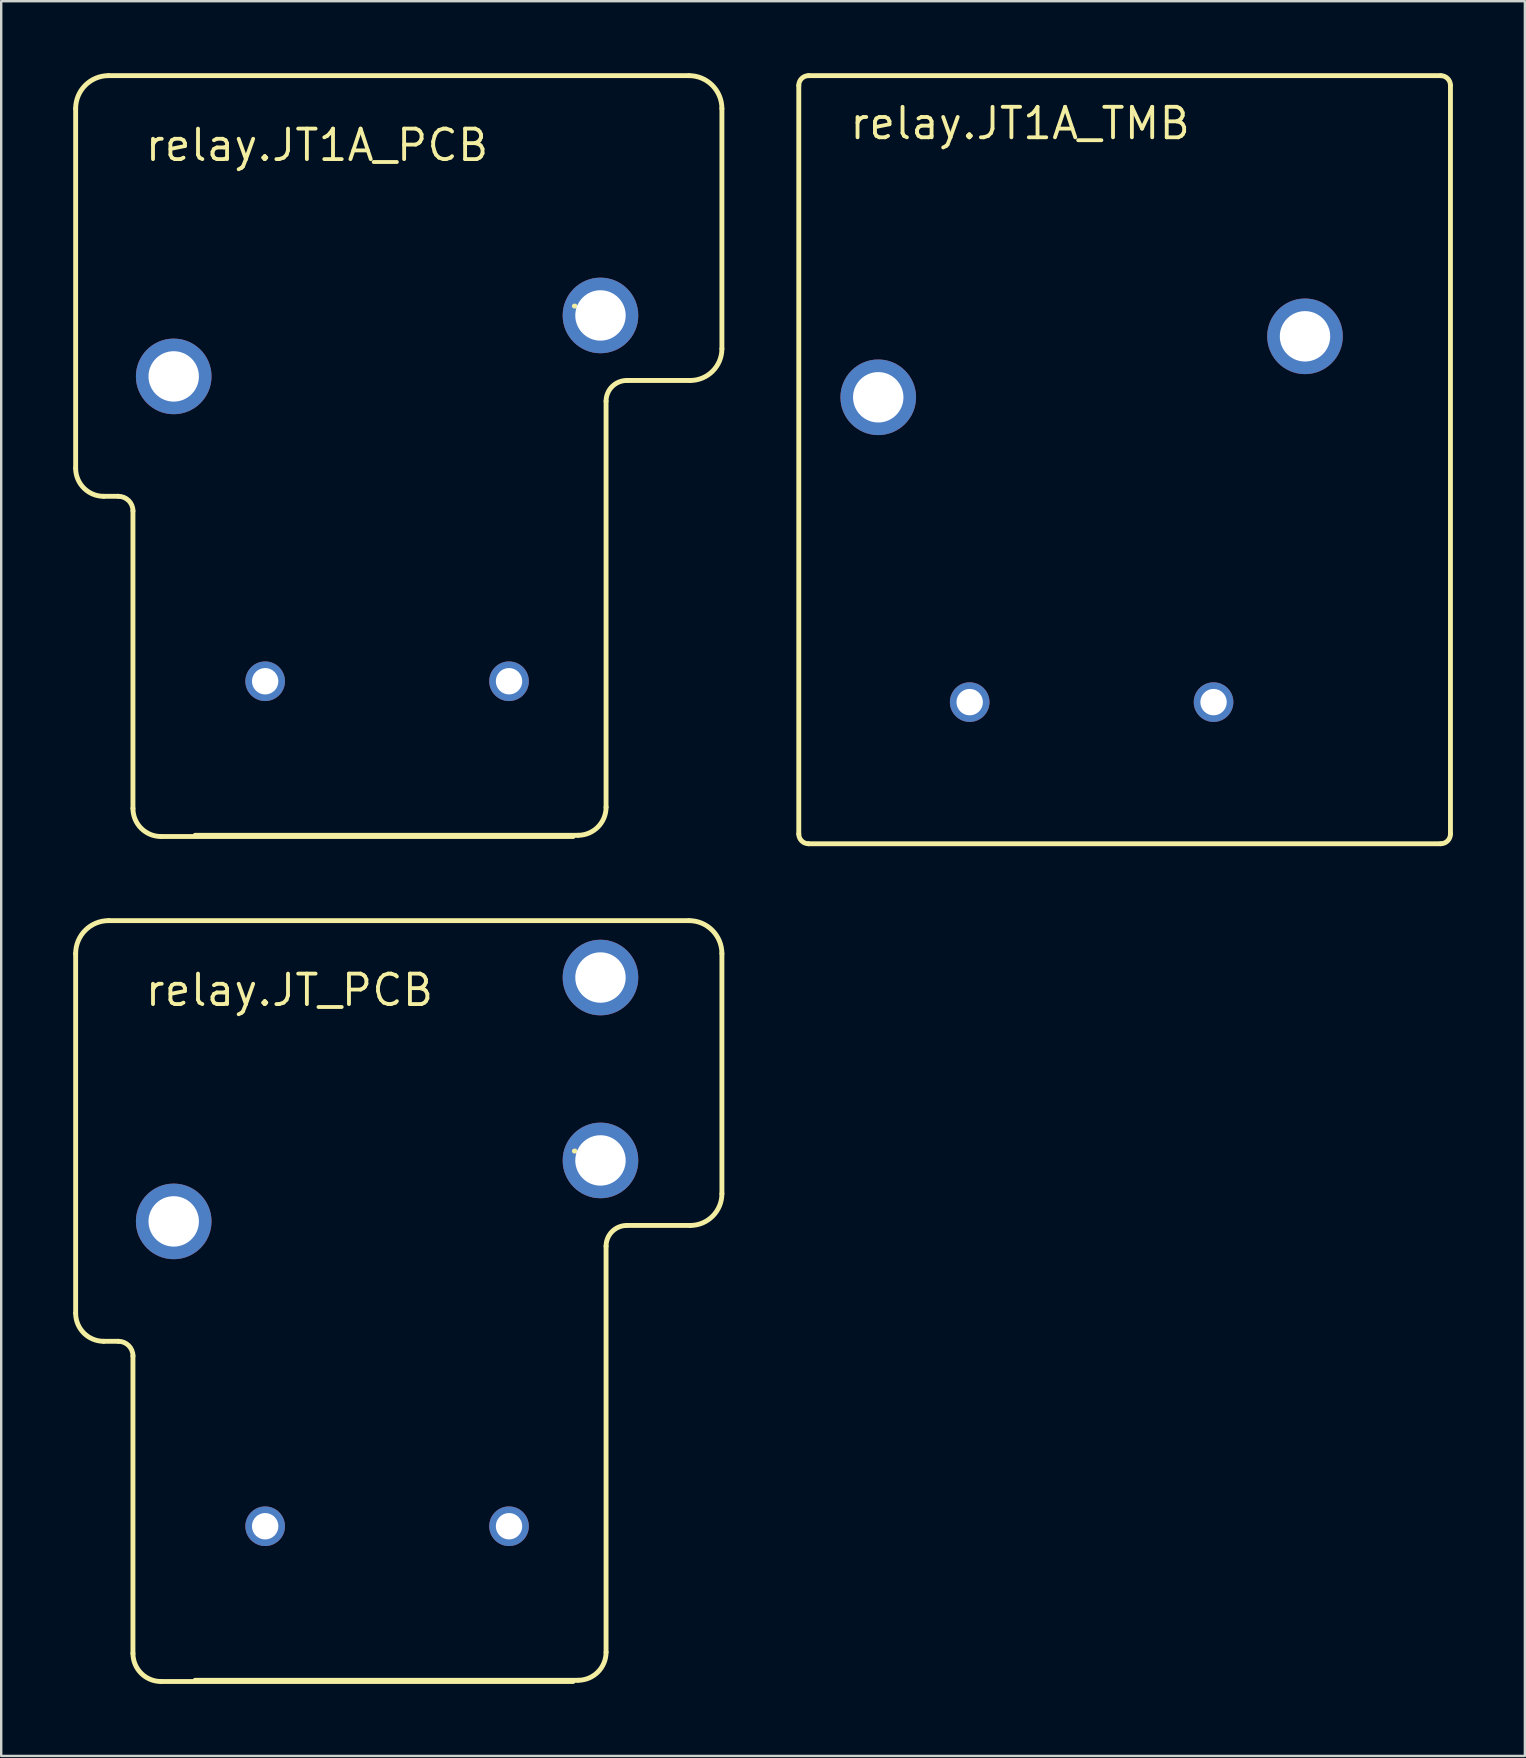
<source format=kicad_pcb>
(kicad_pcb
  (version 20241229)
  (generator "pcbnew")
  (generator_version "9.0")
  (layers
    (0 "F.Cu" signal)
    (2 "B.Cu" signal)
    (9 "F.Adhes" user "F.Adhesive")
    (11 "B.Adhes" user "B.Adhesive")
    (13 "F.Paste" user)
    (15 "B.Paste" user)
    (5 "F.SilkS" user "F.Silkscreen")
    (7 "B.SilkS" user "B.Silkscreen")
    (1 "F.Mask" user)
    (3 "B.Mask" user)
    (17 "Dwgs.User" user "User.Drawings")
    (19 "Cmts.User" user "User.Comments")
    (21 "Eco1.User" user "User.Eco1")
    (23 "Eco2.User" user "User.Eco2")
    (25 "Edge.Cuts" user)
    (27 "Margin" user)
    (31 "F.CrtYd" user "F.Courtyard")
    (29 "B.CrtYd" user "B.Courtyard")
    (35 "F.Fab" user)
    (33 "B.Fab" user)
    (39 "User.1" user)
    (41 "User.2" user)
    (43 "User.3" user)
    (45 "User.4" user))
  (footprint "relay.JT1A_TMB"
    (layer "F.Cu")
    (at 42.429 26.202)
    (property "Reference" "relay.JT1A_TMB" (at -10.16 -23.368 0) (layer "F.SilkS") (effects (font (size 1.27 1.27) (thickness 0.16)) (justify left bottom)))
    (attr through_hole)
    (fp_line (start -12.2 5.494) (end -12.2 -25.694) (stroke (width 0.203) (type default)) (layer "F.SilkS"))
    (fp_line (start -11.794 -26.1) (end 14.544 -26.1) (stroke (width 0.203) (type default)) (layer "F.SilkS"))
    (fp_line (start 14.544 5.9) (end -11.794 5.9) (stroke (width 0.203) (type default)) (layer "F.SilkS"))
    (fp_line (start 14.95 -25.694) (end 14.95 5.494) (stroke (width 0.203) (type default)) (layer "F.SilkS"))
    (fp_arc (start -12.2 -25.6936) (mid -12.080968 -25.980968) (end -11.7936 -26.1) (stroke (width 0.2032) (type default)) (layer "F.SilkS"))
    (fp_arc (start -11.7936 5.9) (mid -12.080968 5.780968) (end -12.2 5.4936) (stroke (width 0.2032) (type default)) (layer "F.SilkS"))
    (fp_arc (start 14.5436 -26.1) (mid 14.830968 -25.980968) (end 14.95 -25.6936) (stroke (width 0.2032) (type default)) (layer "F.SilkS"))
    (fp_arc (start 14.95 5.4936) (mid 14.830968 5.780968) (end 14.5436 5.9) (stroke (width 0.2032) (type default)) (layer "F.SilkS"))
    (pad "1" thru_hole circle (at 5.08 0 180) (size 1.65 1.65) (drill 1.1) (layers "*.Cu" "*.Mask"))
    (pad "2" thru_hole circle (at -5.08 0 180) (size 1.65 1.65) (drill 1.1) (layers "*.Cu" "*.Mask"))
    (pad "C" thru_hole circle (at -8.89 -12.7 180) (size 3.15 3.15) (drill 2.1) (layers "*.Cu" "*.Mask"))
    (pad "NO" thru_hole circle (at 8.89 -15.24 180) (size 3.15 3.15) (drill 2.1) (layers "*.Cu" "*.Mask")))
  (footprint "relay.JT1A_PCB"
    (layer "F.Cu")
    (at 13.077 25.332)
    (property "Reference" "relay.JT1A_PCB" (at -10.16 -21.59 0) (layer "F.SilkS") (effects (font (size 1.27 1.27) (thickness 0.16)) (justify left bottom)))
    (attr through_hole)
    (fp_line (start -12.975 -23.859) (end -12.975 -8.873) (stroke (width 0.203) (type default)) (layer "F.SilkS"))
    (fp_line (start -11.807 -7.705) (end -11.197 -7.705) (stroke (width 0.203) (type default)) (layer "F.SilkS"))
    (fp_line (start -10.588 -7.095) (end -10.588 5.3) (stroke (width 0.203) (type default)) (layer "F.SilkS"))
    (fp_line (start -9.419 6.468) (end 7.751 6.468) (stroke (width 0.203) (type default)) (layer "F.SilkS"))
    (fp_line (start -7.997 6.418) (end 7.954 6.418) (stroke (width 0.203) (type default)) (layer "F.SilkS"))
    (fp_line (start 7.802 -15.63) (end 7.827 -15.63) (stroke (width 0.203) (type default)) (layer "F.SilkS"))
    (fp_line (start 9.123 5.249) (end 9.123 -11.667) (stroke (width 0.203) (type default)) (layer "F.SilkS"))
    (fp_line (start 9.986 -12.531) (end 12.628 -12.531) (stroke (width 0.203) (type default)) (layer "F.SilkS"))
    (fp_line (start 12.577 -25.231) (end -11.604 -25.231) (stroke (width 0.203) (type default)) (layer "F.SilkS"))
    (fp_line (start 13.949 -13.852) (end 13.949 -23.859) (stroke (width 0.203) (type default)) (layer "F.SilkS"))
    (fp_arc (start -12.9752 -23.8592) (mid -12.573468 -24.829068) (end -11.6036 -25.2308) (stroke (width 0.2032) (type default)) (layer "F.SilkS"))
    (fp_arc (start -11.8068 -7.7048) (mid -12.632984 -8.047016) (end -12.9752 -8.8732) (stroke (width 0.2032) (type default)) (layer "F.SilkS"))
    (fp_arc (start -11.1972 -7.7048) (mid -10.766148 -7.526252) (end -10.5876 -7.0952) (stroke (width 0.2032) (type default)) (layer "F.SilkS"))
    (fp_arc (start -9.4192 6.4684) (mid -10.245384 6.126184) (end -10.5876 5.3) (stroke (width 0.2032) (type default)) (layer "F.SilkS"))
    (fp_arc (start 9.1228 -11.6672) (mid 9.375743 -12.277857) (end 9.9864 -12.5308) (stroke (width 0.2032) (type default)) (layer "F.SilkS"))
    (fp_arc (start 9.1228 5.2492) (mid 8.780584 6.075384) (end 7.9544 6.4176) (stroke (width 0.2032) (type default)) (layer "F.SilkS"))
    (fp_arc (start 12.5772 -25.2308) (mid 13.547068 -24.829068) (end 13.9488 -23.8592) (stroke (width 0.2032) (type default)) (layer "F.SilkS"))
    (fp_arc (start 13.9488 -13.8516) (mid 13.561947 -12.917653) (end 12.628 -12.5308) (stroke (width 0.2032) (type default)) (layer "F.SilkS"))
    (pad "1" thru_hole circle (at 5.08 0 180) (size 1.65 1.65) (drill 1.1) (layers "*.Cu" "*.Mask"))
    (pad "2" thru_hole circle (at -5.08 0 180) (size 1.65 1.65) (drill 1.1) (layers "*.Cu" "*.Mask"))
    (pad "C" thru_hole circle (at -8.89 -12.7 180) (size 3.15 3.15) (drill 2.1) (layers "*.Cu" "*.Mask"))
    (pad "NO" thru_hole circle (at 8.89 -15.24 180) (size 3.15 3.15) (drill 2.1) (layers "*.Cu" "*.Mask")))
  (footprint "relay.JT_PCB"
    (layer "F.Cu")
    (at 13.077 60.536)
    (property "Reference" "relay.JT_PCB" (at -10.16 -21.59 0) (layer "F.SilkS") (effects (font (size 1.27 1.27) (thickness 0.16)) (justify left bottom)))
    (attr through_hole)
    (fp_line (start -12.975 -23.859) (end -12.975 -8.873) (stroke (width 0.203) (type default)) (layer "F.SilkS"))
    (fp_line (start -11.807 -7.705) (end -11.197 -7.705) (stroke (width 0.203) (type default)) (layer "F.SilkS"))
    (fp_line (start -10.588 -7.095) (end -10.588 5.3) (stroke (width 0.203) (type default)) (layer "F.SilkS"))
    (fp_line (start -9.419 6.468) (end 7.751 6.468) (stroke (width 0.203) (type default)) (layer "F.SilkS"))
    (fp_line (start -7.997 6.418) (end 7.954 6.418) (stroke (width 0.203) (type default)) (layer "F.SilkS"))
    (fp_line (start 7.802 -15.63) (end 7.827 -15.63) (stroke (width 0.203) (type default)) (layer "F.SilkS"))
    (fp_line (start 9.123 5.249) (end 9.123 -11.667) (stroke (width 0.203) (type default)) (layer "F.SilkS"))
    (fp_line (start 9.986 -12.531) (end 12.628 -12.531) (stroke (width 0.203) (type default)) (layer "F.SilkS"))
    (fp_line (start 12.577 -25.231) (end -11.604 -25.231) (stroke (width 0.203) (type default)) (layer "F.SilkS"))
    (fp_line (start 13.949 -13.852) (end 13.949 -23.859) (stroke (width 0.203) (type default)) (layer "F.SilkS"))
    (fp_arc (start -12.9752 -23.8592) (mid -12.573468 -24.829068) (end -11.6036 -25.2308) (stroke (width 0.2032) (type default)) (layer "F.SilkS"))
    (fp_arc (start -11.8068 -7.7048) (mid -12.632984 -8.047016) (end -12.9752 -8.8732) (stroke (width 0.2032) (type default)) (layer "F.SilkS"))
    (fp_arc (start -11.1972 -7.7048) (mid -10.766148 -7.526252) (end -10.5876 -7.0952) (stroke (width 0.2032) (type default)) (layer "F.SilkS"))
    (fp_arc (start -9.4192 6.4684) (mid -10.245384 6.126184) (end -10.5876 5.3) (stroke (width 0.2032) (type default)) (layer "F.SilkS"))
    (fp_arc (start 9.1228 -11.6672) (mid 9.375743 -12.277857) (end 9.9864 -12.5308) (stroke (width 0.2032) (type default)) (layer "F.SilkS"))
    (fp_arc (start 9.1228 5.2492) (mid 8.780584 6.075384) (end 7.9544 6.4176) (stroke (width 0.2032) (type default)) (layer "F.SilkS"))
    (fp_arc (start 12.5772 -25.2308) (mid 13.547068 -24.829068) (end 13.9488 -23.8592) (stroke (width 0.2032) (type default)) (layer "F.SilkS"))
    (fp_arc (start 13.9488 -13.8516) (mid 13.561947 -12.917653) (end 12.628 -12.5308) (stroke (width 0.2032) (type default)) (layer "F.SilkS"))
    (pad "1" thru_hole circle (at 5.08 0 180) (size 1.65 1.65) (drill 1.1) (layers "*.Cu" "*.Mask"))
    (pad "2" thru_hole circle (at -5.08 0 180) (size 1.65 1.65) (drill 1.1) (layers "*.Cu" "*.Mask"))
    (pad "C" thru_hole circle (at -8.89 -12.7 180) (size 3.15 3.15) (drill 2.1) (layers "*.Cu" "*.Mask"))
    (pad "NC" thru_hole circle (at 8.89 -22.86 180) (size 3.15 3.15) (drill 2.1) (layers "*.Cu" "*.Mask"))
    (pad "NO" thru_hole circle (at 8.89 -15.24 180) (size 3.15 3.15) (drill 2.1) (layers "*.Cu" "*.Mask")))
  (gr_rect
    (start -3 -3)
    (end 60.48 70.106)
    (stroke (width 0.1) (type default))
    (fill no)
    (layer "Edge.Cuts")))
</source>
